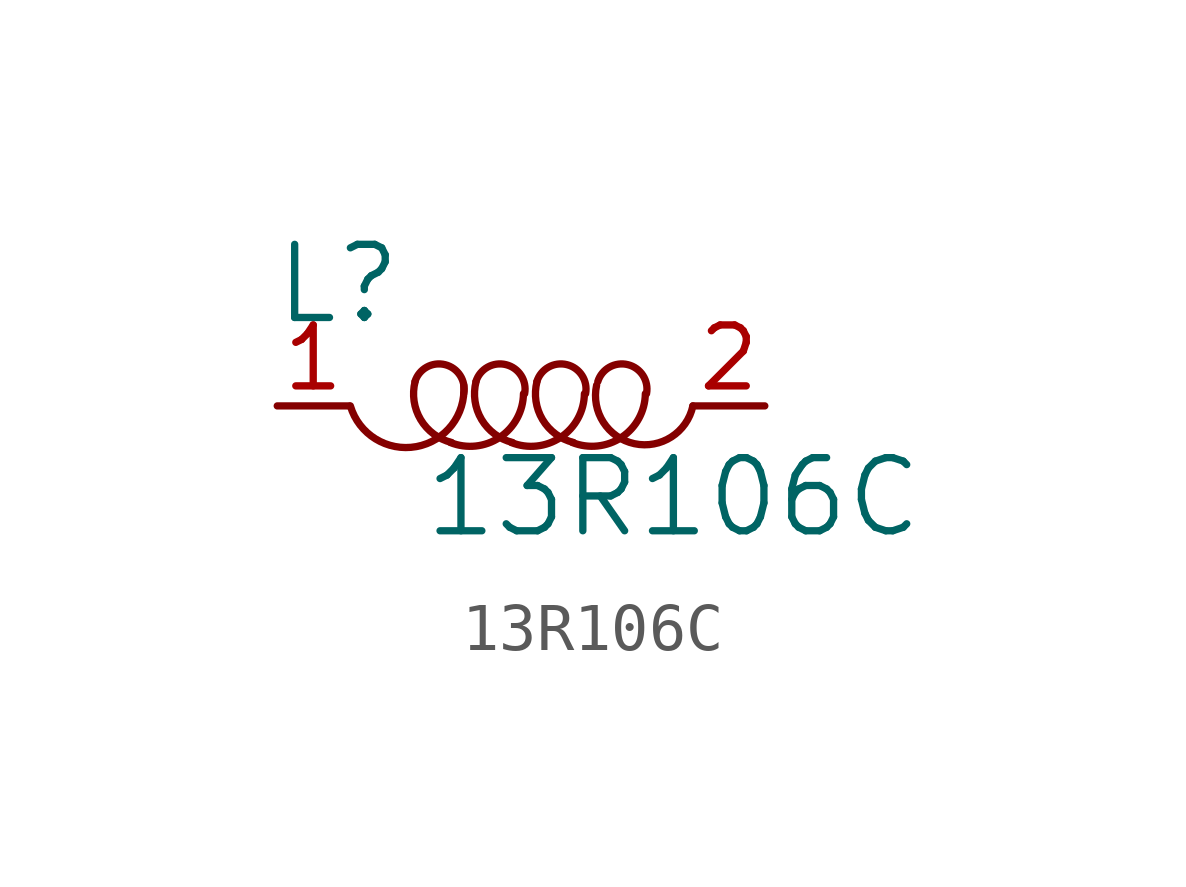
<source format=kicad_sym>
(kicad_symbol_lib
  (version 20220914)
  (generator kicad_symbol_editor)
  (symbol "13R106C"
    (pin_names
      (offset 1.016))
    (property "Reference" "L"
      (at -3.81 2.54 0)
      (effects (font (size 1.524 1.524))))
    (property "Value" "13R106C"
      (at 3.175 -1.905 0)
      (effects (font (size 1.524 1.524))))
    (symbol "13R106C_0_1"
      (arc (start -3.556 0) (mid -2.1694 -0.8461) (end -1.1938 0.4318) (stroke (width 0) (type default)) (fill (type none)))
      (arc (start -2.2098 0.508) (mid -2.0918 -0.2848) (end -1.4478 -0.762) (stroke (width 0) (type default)) (fill (type none)))
      (arc (start -1.4732 -0.762) (mid -0.4347 -0.6489) (end 0.0508 0.254) (stroke (width 0) (type default)) (fill (type none)))
      (arc (start -1.1938 0.254) (mid -1.5764 0.8583) (end -2.2098 0.508) (stroke (width 0) (type default)) (fill (type none)))
      (arc (start -0.9398 0.508) (mid -0.8218 -0.2848) (end -0.1778 -0.762) (stroke (width 0) (type default)) (fill (type none)))
      (arc (start -0.2032 -0.762) (mid 0.8353 -0.6489) (end 1.3208 0.254) (stroke (width 0) (type default)) (fill (type none)))
      (arc (start 0.0762 0.254) (mid -0.3064 0.8583) (end -0.9398 0.508) (stroke (width 0) (type default)) (fill (type none)))
      (arc (start 0.3302 0.508) (mid 0.4482 -0.2848) (end 1.0922 -0.762) (stroke (width 0) (type default)) (fill (type none)))
      (arc (start 1.0668 -0.762) (mid 2.1053 -0.6489) (end 2.5908 0.254) (stroke (width 0) (type default)) (fill (type none)))
      (arc (start 1.3462 0.254) (mid 0.9636 0.8583) (end 0.3302 0.508) (stroke (width 0) (type default)) (fill (type none)))
      (arc (start 1.5748 0.4318) (mid 2.3727 -0.7843) (end 3.5814 0) (stroke (width 0) (type default)) (fill (type none)))
      (arc (start 2.6162 0.254) (mid 2.2336 0.8583) (end 1.6002 0.508) (stroke (width 0) (type default)) (fill (type none))))
    (symbol "13R106C_1_1"
      (pin passive line (at -5.08 0 0) (length 1.499) (name "~" (effects (font (size 1.27 1.27)))) (number "1" (effects (font (size 1.27 1.27)))))
      (pin passive line (at 5.08 0 180) (length 1.499) (name "~" (effects (font (size 1.27 1.27)))) (number "2" (effects (font (size 1.27 1.27))))))))
</source>
